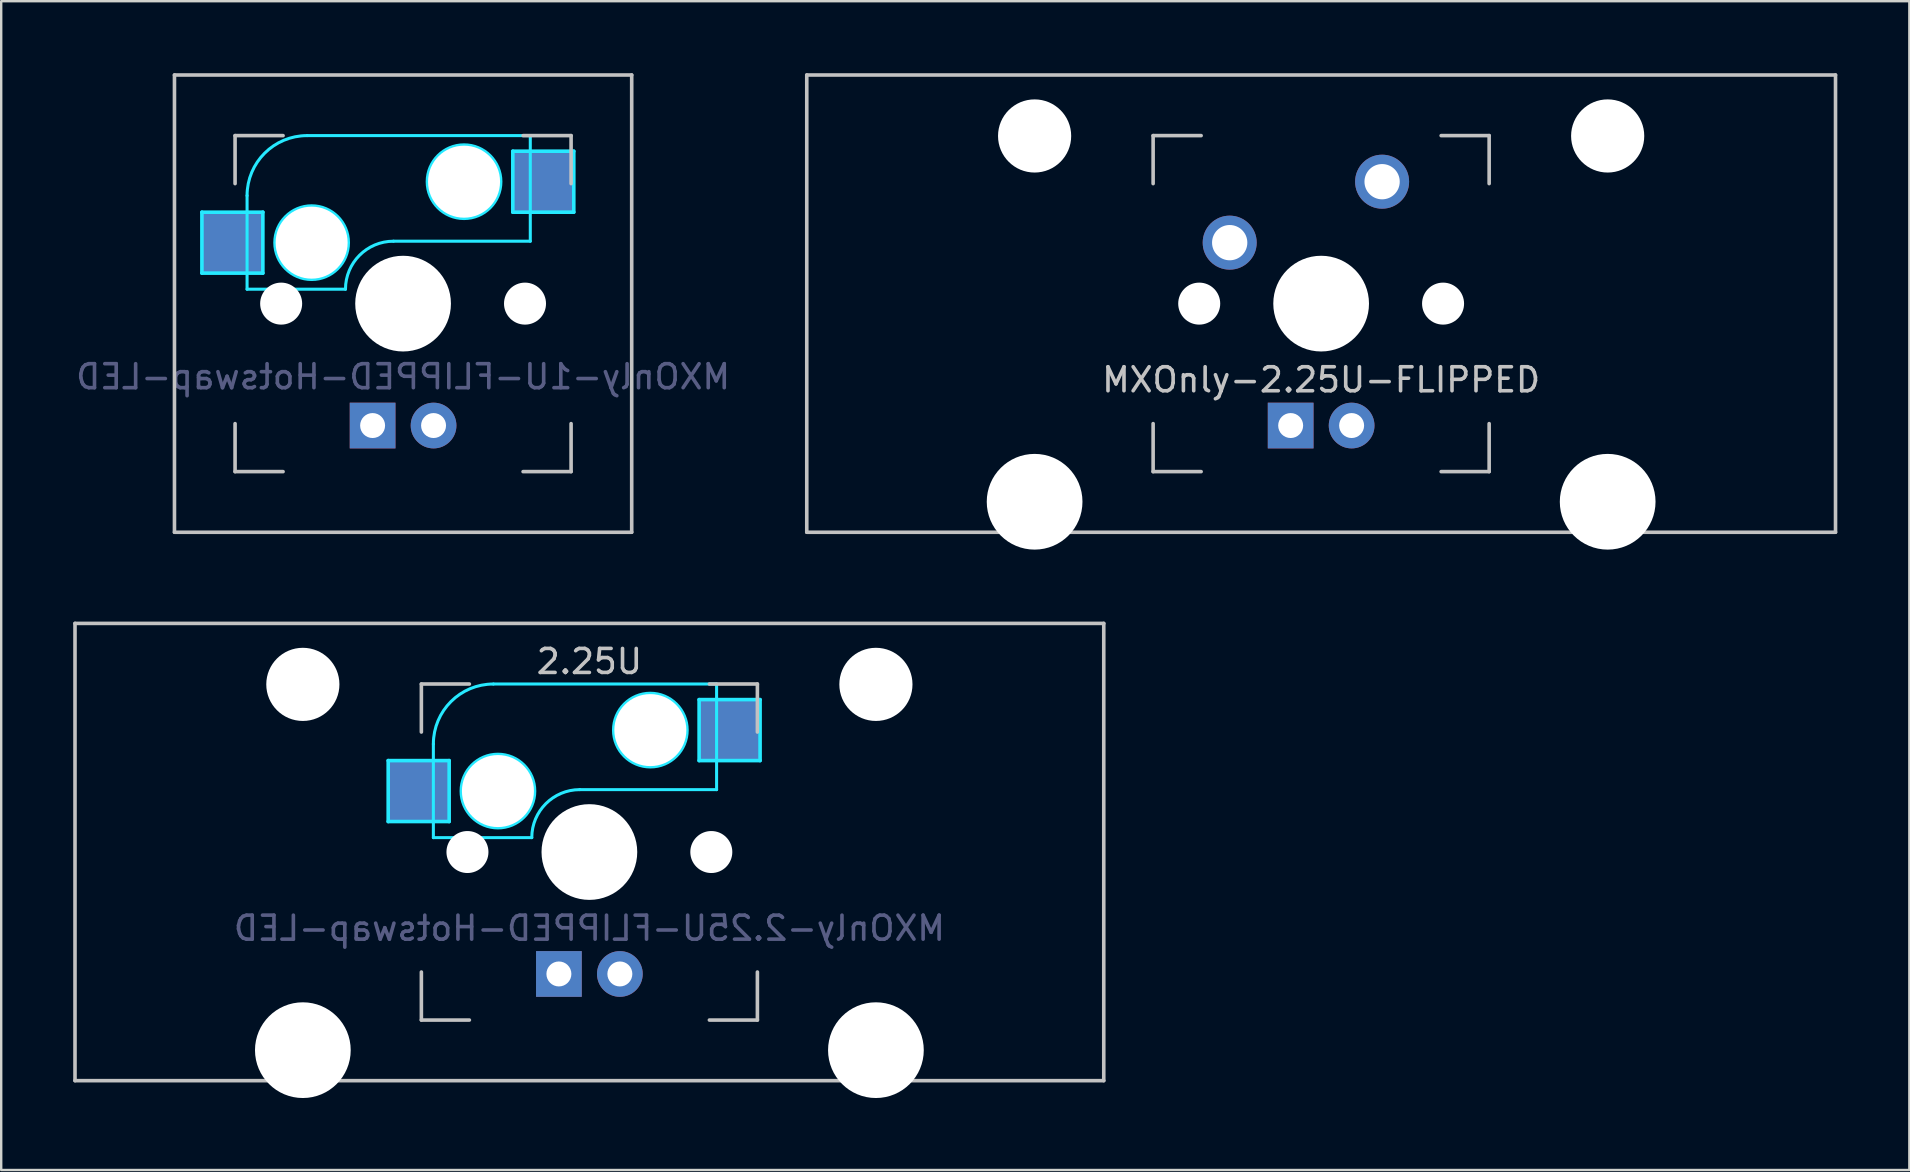
<source format=kicad_pcb>
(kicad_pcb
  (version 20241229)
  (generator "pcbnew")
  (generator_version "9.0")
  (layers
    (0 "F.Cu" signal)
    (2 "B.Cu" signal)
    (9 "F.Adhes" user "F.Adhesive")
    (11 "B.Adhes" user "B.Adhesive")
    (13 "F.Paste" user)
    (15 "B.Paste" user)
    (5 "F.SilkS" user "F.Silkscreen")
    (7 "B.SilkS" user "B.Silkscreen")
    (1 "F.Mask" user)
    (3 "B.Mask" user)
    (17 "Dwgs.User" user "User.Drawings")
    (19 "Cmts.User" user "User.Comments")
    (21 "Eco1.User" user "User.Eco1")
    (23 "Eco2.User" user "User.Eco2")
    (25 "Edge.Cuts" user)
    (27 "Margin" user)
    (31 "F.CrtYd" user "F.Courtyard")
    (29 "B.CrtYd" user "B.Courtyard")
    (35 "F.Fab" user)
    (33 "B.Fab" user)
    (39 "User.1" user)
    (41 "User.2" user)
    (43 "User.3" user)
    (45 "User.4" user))
  (footprint "MXOnly-1U-FLIPPED-Hotswap-LED"
    (layer "F.Cu")
    (at 13.744 9.6)
    (property "Reference" "MXOnly-1U-FLIPPED-Hotswap-LED" (at 0 3.048 0) (layer "B.Fab") (effects (font (size 1 1) (thickness 0.15)) (justify mirror)))
    (attr smd)
    (fp_line (start -9.525 -9.525) (end 9.525 -9.525) (stroke (width 0.15) (type solid)) (layer "Dwgs.User"))
    (fp_line (start -9.525 9.525) (end -9.525 -9.525) (stroke (width 0.15) (type solid)) (layer "Dwgs.User"))
    (fp_line (start -7 -7) (end -7 -5) (stroke (width 0.15) (type solid)) (layer "Dwgs.User"))
    (fp_line (start -7 5) (end -7 7) (stroke (width 0.15) (type solid)) (layer "Dwgs.User"))
    (fp_line (start -7 7) (end -5 7) (stroke (width 0.15) (type solid)) (layer "Dwgs.User"))
    (fp_line (start -5 -7) (end -7 -7) (stroke (width 0.15) (type solid)) (layer "Dwgs.User"))
    (fp_line (start 5 -7) (end 7 -7) (stroke (width 0.15) (type solid)) (layer "Dwgs.User"))
    (fp_line (start 5 7) (end 7 7) (stroke (width 0.15) (type solid)) (layer "Dwgs.User"))
    (fp_line (start 7 -7) (end 7 -5) (stroke (width 0.15) (type solid)) (layer "Dwgs.User"))
    (fp_line (start 7 7) (end 7 5) (stroke (width 0.15) (type solid)) (layer "Dwgs.User"))
    (fp_line (start 9.525 -9.525) (end 9.525 9.525) (stroke (width 0.15) (type solid)) (layer "Dwgs.User"))
    (fp_line (start 9.525 9.525) (end -9.525 9.525) (stroke (width 0.15) (type solid)) (layer "Dwgs.User"))
    (fp_line (start -8.382 -3.81) (end -8.382 -1.27) (stroke (width 0.15) (type solid)) (layer "B.CrtYd"))
    (fp_line (start -8.382 -1.27) (end -5.842 -1.27) (stroke (width 0.15) (type solid)) (layer "B.CrtYd"))
    (fp_line (start -6.5 -4.5) (end -6.5 -0.6) (stroke (width 0.127) (type solid)) (layer "B.CrtYd"))
    (fp_line (start -6.5 -0.6) (end -2.4 -0.6) (stroke (width 0.127) (type solid)) (layer "B.CrtYd"))
    (fp_line (start -5.842 -3.81) (end -8.382 -3.81) (stroke (width 0.15) (type solid)) (layer "B.CrtYd"))
    (fp_line (start -5.842 -1.27) (end -5.842 -3.81) (stroke (width 0.15) (type solid)) (layer "B.CrtYd"))
    (fp_line (start -0.4 -2.6) (end 5.3 -2.6) (stroke (width 0.127) (type solid)) (layer "B.CrtYd"))
    (fp_line (start 4.572 -6.35) (end 7.112 -6.35) (stroke (width 0.15) (type solid)) (layer "B.CrtYd"))
    (fp_line (start 4.572 -3.81) (end 4.572 -6.35) (stroke (width 0.15) (type solid)) (layer "B.CrtYd"))
    (fp_line (start 5.3 -7) (end -4 -7) (stroke (width 0.127) (type solid)) (layer "B.CrtYd"))
    (fp_line (start 5.3 -7) (end 5.3 -2.6) (stroke (width 0.127) (type solid)) (layer "B.CrtYd"))
    (fp_line (start 7.112 -6.35) (end 7.112 -3.81) (stroke (width 0.15) (type solid)) (layer "B.CrtYd"))
    (fp_line (start 7.112 -3.81) (end 4.572 -3.81) (stroke (width 0.15) (type solid)) (layer "B.CrtYd"))
    (fp_arc (start -6.5 -4.5) (mid -5.767767 -6.267767) (end -4 -7) (stroke (width 0.127) (type solid)) (layer "B.CrtYd"))
    (fp_arc (start -2.4 -0.6) (mid -1.814214 -2.014214) (end -0.4 -2.6) (stroke (width 0.127) (type solid)) (layer "B.CrtYd"))
    (fp_circle (center -3.81 -2.54) (end -3.81 -4.064) (stroke (width 0.15) (type solid)) (fill no) (layer "B.CrtYd"))
    (fp_circle (center 2.54 -5.08) (end 2.54 -6.604) (stroke (width 0.15) (type solid)) (fill no) (layer "B.CrtYd"))
    (pad "" np_thru_hole circle (at -5.08 0 48.1) (size 1.75 1.75) (drill 1.75) (layers "*.Cu" "*.Mask"))
    (pad "" np_thru_hole circle (at -3.81 -2.54) (size 3 3) (drill 3) (layers "*.Cu" "*.Mask"))
    (pad "" np_thru_hole circle (at 0 0) (size 3.988 3.988) (drill 3.988) (layers "*.Cu" "*.Mask"))
    (pad "" np_thru_hole circle (at 2.54 -5.08) (size 3 3) (drill 3) (layers "*.Cu" "*.Mask"))
    (pad "" np_thru_hole circle (at 5.08 0 48.1) (size 1.75 1.75) (drill 1.75) (layers "*.Cu" "*.Mask"))
    (pad "1" smd rect (at -7.085 -2.54) (size 2.55 2.5) (layers "B.Cu" "B.Mask" "B.Paste"))
    (pad "2" smd rect (at 5.842 -5.08) (size 2.55 2.5) (layers "B.Cu" "B.Mask" "B.Paste"))
    (pad "3" thru_hole circle (at 1.27 5.08) (size 1.905 1.905) (drill 1.04) (layers "*.Cu" "B.Mask"))
    (pad "4" thru_hole rect (at -1.27 5.08) (size 1.905 1.905) (drill 1.04) (layers "*.Cu" "B.Mask")))
  (footprint "MXOnly-2.25U-FLIPPED"
    (layer "F.Cu")
    (at 51.994 9.6)
    (property "Reference" "MXOnly-2.25U-FLIPPED" (at 0 3.175 0) (layer "Dwgs.User") (effects (font (size 1 1) (thickness 0.15))))
    (attr through_hole)
    (fp_line (start -21.431 -9.525) (end 21.431 -9.525) (stroke (width 0.15) (type solid)) (layer "Dwgs.User"))
    (fp_line (start -21.431 9.525) (end -21.431 -9.525) (stroke (width 0.15) (type solid)) (layer "Dwgs.User"))
    (fp_line (start -21.431 9.525) (end 21.431 9.525) (stroke (width 0.15) (type solid)) (layer "Dwgs.User"))
    (fp_line (start -7 -7) (end -7 -5) (stroke (width 0.15) (type solid)) (layer "Dwgs.User"))
    (fp_line (start -7 5) (end -7 7) (stroke (width 0.15) (type solid)) (layer "Dwgs.User"))
    (fp_line (start -7 7) (end -5 7) (stroke (width 0.15) (type solid)) (layer "Dwgs.User"))
    (fp_line (start -5 -7) (end -7 -7) (stroke (width 0.15) (type solid)) (layer "Dwgs.User"))
    (fp_line (start 5 -7) (end 7 -7) (stroke (width 0.15) (type solid)) (layer "Dwgs.User"))
    (fp_line (start 5 7) (end 7 7) (stroke (width 0.15) (type solid)) (layer "Dwgs.User"))
    (fp_line (start 7 -7) (end 7 -5) (stroke (width 0.15) (type solid)) (layer "Dwgs.User"))
    (fp_line (start 7 7) (end 7 5) (stroke (width 0.15) (type solid)) (layer "Dwgs.User"))
    (fp_line (start 21.431 -9.525) (end 21.431 9.525) (stroke (width 0.15) (type solid)) (layer "Dwgs.User"))
    (pad "" np_thru_hole circle (at -11.938 -6.985) (size 3.048 3.048) (drill 3.048) (layers "*.Cu" "*.Mask"))
    (pad "" np_thru_hole circle (at -11.938 8.255) (size 3.988 3.988) (drill 3.988) (layers "*.Cu" "*.Mask"))
    (pad "" np_thru_hole circle (at -5.08 0 48.1) (size 1.75 1.75) (drill 1.75) (layers "*.Cu" "*.Mask"))
    (pad "" np_thru_hole circle (at 0 0) (size 3.988 3.988) (drill 3.988) (layers "*.Cu" "*.Mask"))
    (pad "" np_thru_hole circle (at 5.08 0 48.1) (size 1.75 1.75) (drill 1.75) (layers "*.Cu" "*.Mask"))
    (pad "" np_thru_hole circle (at 11.938 -6.985) (size 3.048 3.048) (drill 3.048) (layers "*.Cu" "*.Mask"))
    (pad "" np_thru_hole circle (at 11.938 8.255) (size 3.988 3.988) (drill 3.988) (layers "*.Cu" "*.Mask"))
    (pad "1" thru_hole circle (at -3.81 -2.54) (size 2.25 2.25) (drill 1.47) (layers "*.Cu" "B.Mask"))
    (pad "2" thru_hole circle (at 2.54 -5.08) (size 2.25 2.25) (drill 1.47) (layers "*.Cu" "B.Mask"))
    (pad "3" thru_hole circle (at 1.27 5.08) (size 1.905 1.905) (drill 1.04) (layers "*.Cu" "B.Mask"))
    (pad "4" thru_hole rect (at -1.27 5.08) (size 1.905 1.905) (drill 1.04) (layers "*.Cu" "B.Mask")))
  (footprint "MXOnly-2.25U-FLIPPED-Hotswap-LED"
    (layer "F.Cu")
    (at 21.506 32.449)
    (property "Reference" "MXOnly-2.25U-FLIPPED-Hotswap-LED" (at 0 3.175 0) (layer "B.Fab") (effects (font (size 1 1) (thickness 0.15)) (justify mirror)))
    (attr through_hole)
    (fp_line (start -21.431 -9.525) (end 21.431 -9.525) (stroke (width 0.15) (type solid)) (layer "Dwgs.User"))
    (fp_line (start -21.431 9.525) (end -21.431 -9.525) (stroke (width 0.15) (type solid)) (layer "Dwgs.User"))
    (fp_line (start -7 -7) (end -7 -5) (stroke (width 0.15) (type solid)) (layer "Dwgs.User"))
    (fp_line (start -7 5) (end -7 7) (stroke (width 0.15) (type solid)) (layer "Dwgs.User"))
    (fp_line (start -7 7) (end -5 7) (stroke (width 0.15) (type solid)) (layer "Dwgs.User"))
    (fp_line (start -5 -7) (end -7 -7) (stroke (width 0.15) (type solid)) (layer "Dwgs.User"))
    (fp_line (start 5 -7) (end 7 -7) (stroke (width 0.15) (type solid)) (layer "Dwgs.User"))
    (fp_line (start 5 7) (end 7 7) (stroke (width 0.15) (type solid)) (layer "Dwgs.User"))
    (fp_line (start 7 -7) (end 7 -5) (stroke (width 0.15) (type solid)) (layer "Dwgs.User"))
    (fp_line (start 7 7) (end 7 5) (stroke (width 0.15) (type solid)) (layer "Dwgs.User"))
    (fp_line (start 21.431 -9.525) (end 21.431 9.525) (stroke (width 0.15) (type solid)) (layer "Dwgs.User"))
    (fp_line (start 21.431 9.525) (end -21.431 9.525) (stroke (width 0.15) (type solid)) (layer "Dwgs.User"))
    (fp_line (start -8.382 -3.81) (end -5.842 -3.81) (stroke (width 0.15) (type solid)) (layer "B.CrtYd"))
    (fp_line (start -8.382 -1.27) (end -8.382 -3.81) (stroke (width 0.15) (type solid)) (layer "B.CrtYd"))
    (fp_line (start -6.5 -4.5) (end -6.5 -0.6) (stroke (width 0.127) (type solid)) (layer "B.CrtYd"))
    (fp_line (start -6.5 -0.6) (end -2.4 -0.6) (stroke (width 0.127) (type solid)) (layer "B.CrtYd"))
    (fp_line (start -5.842 -3.81) (end -5.842 -1.27) (stroke (width 0.15) (type solid)) (layer "B.CrtYd"))
    (fp_line (start -5.842 -1.27) (end -8.382 -1.27) (stroke (width 0.15) (type solid)) (layer "B.CrtYd"))
    (fp_line (start -0.4 -2.6) (end 5.3 -2.6) (stroke (width 0.127) (type solid)) (layer "B.CrtYd"))
    (fp_line (start 4.572 -6.35) (end 7.112 -6.35) (stroke (width 0.15) (type solid)) (layer "B.CrtYd"))
    (fp_line (start 4.572 -3.81) (end 4.572 -6.35) (stroke (width 0.15) (type solid)) (layer "B.CrtYd"))
    (fp_line (start 5.3 -7) (end -4 -7) (stroke (width 0.127) (type solid)) (layer "B.CrtYd"))
    (fp_line (start 5.3 -7) (end 5.3 -2.6) (stroke (width 0.127) (type solid)) (layer "B.CrtYd"))
    (fp_line (start 7.112 -6.35) (end 7.112 -3.81) (stroke (width 0.15) (type solid)) (layer "B.CrtYd"))
    (fp_line (start 7.112 -3.81) (end 4.572 -3.81) (stroke (width 0.15) (type solid)) (layer "B.CrtYd"))
    (fp_arc (start -6.5 -4.5) (mid -5.767767 -6.267767) (end -4 -7) (stroke (width 0.127) (type solid)) (layer "B.CrtYd"))
    (fp_arc (start -2.4 -0.6) (mid -1.814214 -2.014214) (end -0.4 -2.6) (stroke (width 0.127) (type solid)) (layer "B.CrtYd"))
    (fp_circle (center -3.81 -2.54) (end -3.81 -4.064) (stroke (width 0.15) (type solid)) (fill no) (layer "B.CrtYd"))
    (fp_circle (center 2.54 -5.08) (end 2.54 -6.604) (stroke (width 0.15) (type solid)) (fill no) (layer "B.CrtYd"))
    (fp_text user "2.25U" (at 0 -7.938 0) (layer "Dwgs.User") (effects (font (size 1 1) (thickness 0.15))))
    (pad "" np_thru_hole circle (at -11.938 -6.985) (size 3.048 3.048) (drill 3.048) (layers "*.Cu" "*.Mask"))
    (pad "" np_thru_hole circle (at -11.938 8.255) (size 3.988 3.988) (drill 3.988) (layers "*.Cu" "*.Mask"))
    (pad "" np_thru_hole circle (at -5.08 0 48.1) (size 1.75 1.75) (drill 1.75) (layers "*.Cu" "*.Mask"))
    (pad "" np_thru_hole circle (at -3.81 -2.54) (size 3 3) (drill 3) (layers "*.Cu" "*.Mask"))
    (pad "" np_thru_hole circle (at 0 0) (size 3.988 3.988) (drill 3.988) (layers "*.Cu" "*.Mask"))
    (pad "" np_thru_hole circle (at 2.54 -5.08) (size 3 3) (drill 3) (layers "*.Cu" "*.Mask"))
    (pad "" np_thru_hole circle (at 5.08 0 48.1) (size 1.75 1.75) (drill 1.75) (layers "*.Cu" "*.Mask"))
    (pad "" np_thru_hole circle (at 11.938 -6.985) (size 3.048 3.048) (drill 3.048) (layers "*.Cu" "*.Mask"))
    (pad "" np_thru_hole circle (at 11.938 8.255) (size 3.988 3.988) (drill 3.988) (layers "*.Cu" "*.Mask"))
    (pad "1" smd rect (at -7.085 -2.54) (size 2.55 2.5) (layers "B.Cu" "B.Mask" "B.Paste"))
    (pad "2" smd rect (at 5.842 -5.08) (size 2.55 2.5) (layers "B.Cu" "B.Mask" "B.Paste"))
    (pad "3" thru_hole circle (at 1.27 5.08) (size 1.905 1.905) (drill 1.04) (layers "*.Cu" "B.Mask"))
    (pad "4" thru_hole rect (at -1.27 5.08) (size 1.905 1.905) (drill 1.04) (layers "*.Cu" "B.Mask")))
  (gr_rect
    (start -3 -3)
    (end 76.501 45.698)
    (stroke (width 0.1) (type default))
    (fill no)
    (layer "Edge.Cuts")))
</source>
